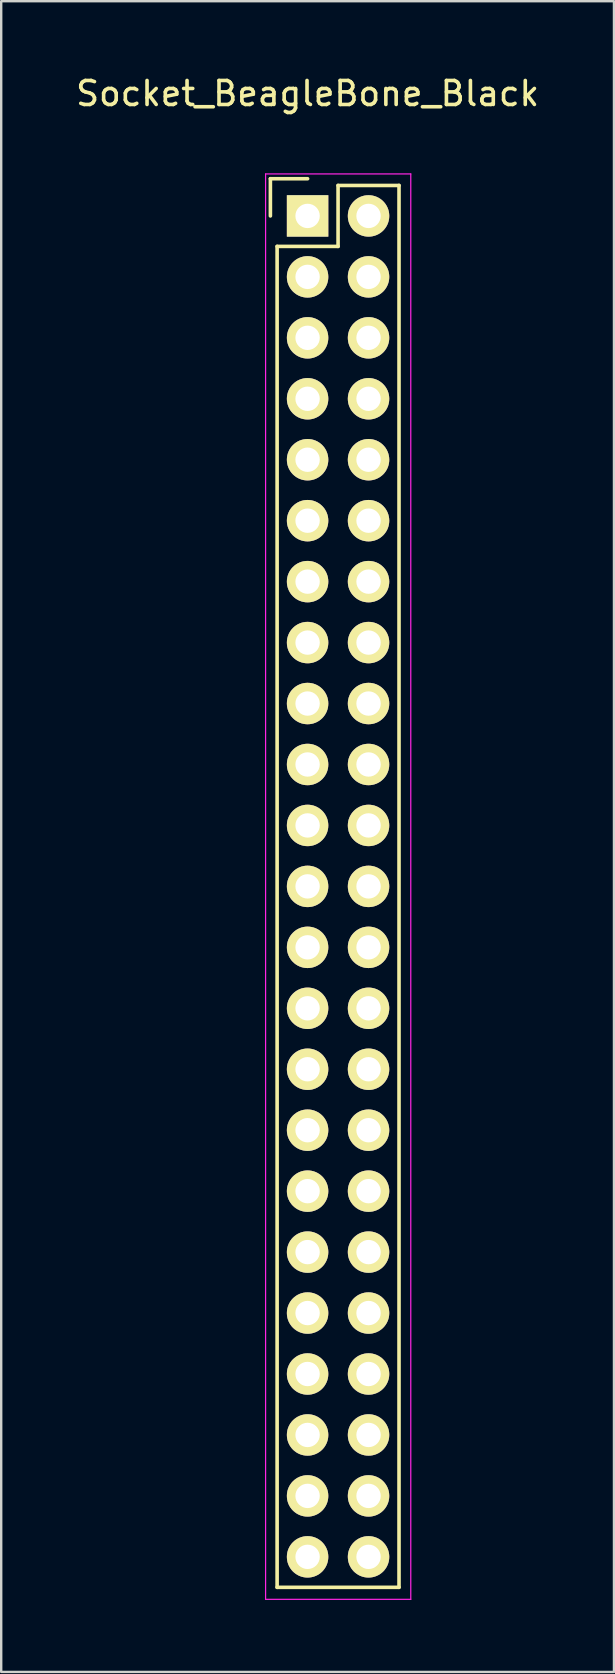
<source format=kicad_pcb>
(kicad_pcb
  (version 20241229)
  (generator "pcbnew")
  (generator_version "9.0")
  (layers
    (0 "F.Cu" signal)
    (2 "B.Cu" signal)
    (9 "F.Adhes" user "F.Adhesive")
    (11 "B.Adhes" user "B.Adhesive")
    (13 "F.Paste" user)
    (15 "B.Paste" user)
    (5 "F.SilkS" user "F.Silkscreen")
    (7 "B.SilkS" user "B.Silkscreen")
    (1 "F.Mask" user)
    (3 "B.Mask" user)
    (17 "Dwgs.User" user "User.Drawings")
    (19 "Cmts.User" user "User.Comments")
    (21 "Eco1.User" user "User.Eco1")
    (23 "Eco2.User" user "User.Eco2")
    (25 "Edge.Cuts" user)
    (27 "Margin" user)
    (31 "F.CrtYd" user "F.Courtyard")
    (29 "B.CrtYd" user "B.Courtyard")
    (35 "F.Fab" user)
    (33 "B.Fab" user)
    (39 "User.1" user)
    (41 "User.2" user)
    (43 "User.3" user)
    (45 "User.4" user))
  (footprint "Socket_BeagleBone_Black"
    (layer "F.Cu")
    (at 9.768 5.948)
    (property "Reference" "Socket_BeagleBone_Black" (at 0 -5.1 0) (layer "F.SilkS") (effects (font (size 1 1) (thickness 0.15))))
    (attr through_hole)
    (fp_line (start -1.55 -1.55) (end -1.55 0) (stroke (width 0.15) (type solid)) (layer "F.SilkS"))
    (fp_line (start -1.27 57.15) (end -1.27 1.27) (stroke (width 0.15) (type solid)) (layer "F.SilkS"))
    (fp_line (start 0 -1.55) (end -1.55 -1.55) (stroke (width 0.15) (type solid)) (layer "F.SilkS"))
    (fp_line (start 1.27 -1.27) (end 1.27 1.27) (stroke (width 0.15) (type solid)) (layer "F.SilkS"))
    (fp_line (start 1.27 1.27) (end -1.27 1.27) (stroke (width 0.15) (type solid)) (layer "F.SilkS"))
    (fp_line (start 3.81 -1.27) (end 1.27 -1.27) (stroke (width 0.15) (type solid)) (layer "F.SilkS"))
    (fp_line (start 3.81 57.15) (end -1.27 57.15) (stroke (width 0.15) (type solid)) (layer "F.SilkS"))
    (fp_line (start 3.81 57.15) (end 3.81 -1.27) (stroke (width 0.15) (type solid)) (layer "F.SilkS"))
    (fp_line (start -1.75 -1.75) (end -1.75 57.65) (stroke (width 0.05) (type solid)) (layer "F.CrtYd"))
    (fp_line (start -1.75 -1.75) (end 4.3 -1.75) (stroke (width 0.05) (type solid)) (layer "F.CrtYd"))
    (fp_line (start -1.75 57.65) (end 4.3 57.65) (stroke (width 0.05) (type solid)) (layer "F.CrtYd"))
    (fp_line (start 4.3 -1.75) (end 4.3 57.65) (stroke (width 0.05) (type solid)) (layer "F.CrtYd"))
    (pad "1" thru_hole rect (at 0 0) (size 1.727 1.727) (drill 1.016) (layers "*.Cu" "*.Mask" "F.SilkS"))
    (pad "2" thru_hole oval (at 2.54 0) (size 1.727 1.727) (drill 1.016) (layers "*.Cu" "*.Mask" "F.SilkS"))
    (pad "3" thru_hole oval (at 0 2.54) (size 1.727 1.727) (drill 1.016) (layers "*.Cu" "*.Mask" "F.SilkS"))
    (pad "4" thru_hole oval (at 2.54 2.54) (size 1.727 1.727) (drill 1.016) (layers "*.Cu" "*.Mask" "F.SilkS"))
    (pad "5" thru_hole oval (at 0 5.08) (size 1.727 1.727) (drill 1.016) (layers "*.Cu" "*.Mask" "F.SilkS"))
    (pad "6" thru_hole oval (at 2.54 5.08) (size 1.727 1.727) (drill 1.016) (layers "*.Cu" "*.Mask" "F.SilkS"))
    (pad "7" thru_hole oval (at 0 7.62) (size 1.727 1.727) (drill 1.016) (layers "*.Cu" "*.Mask" "F.SilkS"))
    (pad "8" thru_hole oval (at 2.54 7.62) (size 1.727 1.727) (drill 1.016) (layers "*.Cu" "*.Mask" "F.SilkS"))
    (pad "9" thru_hole oval (at 0 10.16) (size 1.727 1.727) (drill 1.016) (layers "*.Cu" "*.Mask" "F.SilkS"))
    (pad "10" thru_hole oval (at 2.54 10.16) (size 1.727 1.727) (drill 1.016) (layers "*.Cu" "*.Mask" "F.SilkS"))
    (pad "11" thru_hole oval (at 0 12.7) (size 1.727 1.727) (drill 1.016) (layers "*.Cu" "*.Mask" "F.SilkS"))
    (pad "12" thru_hole oval (at 2.54 12.7) (size 1.727 1.727) (drill 1.016) (layers "*.Cu" "*.Mask" "F.SilkS"))
    (pad "13" thru_hole oval (at 0 15.24) (size 1.727 1.727) (drill 1.016) (layers "*.Cu" "*.Mask" "F.SilkS"))
    (pad "14" thru_hole oval (at 2.54 15.24) (size 1.727 1.727) (drill 1.016) (layers "*.Cu" "*.Mask" "F.SilkS"))
    (pad "15" thru_hole oval (at 0 17.78) (size 1.727 1.727) (drill 1.016) (layers "*.Cu" "*.Mask" "F.SilkS"))
    (pad "16" thru_hole oval (at 2.54 17.78) (size 1.727 1.727) (drill 1.016) (layers "*.Cu" "*.Mask" "F.SilkS"))
    (pad "17" thru_hole oval (at 0 20.32) (size 1.727 1.727) (drill 1.016) (layers "*.Cu" "*.Mask" "F.SilkS"))
    (pad "18" thru_hole oval (at 2.54 20.32) (size 1.727 1.727) (drill 1.016) (layers "*.Cu" "*.Mask" "F.SilkS"))
    (pad "19" thru_hole oval (at 0 22.86) (size 1.727 1.727) (drill 1.016) (layers "*.Cu" "*.Mask" "F.SilkS"))
    (pad "20" thru_hole oval (at 2.54 22.86) (size 1.727 1.727) (drill 1.016) (layers "*.Cu" "*.Mask" "F.SilkS"))
    (pad "21" thru_hole oval (at 0 25.4) (size 1.727 1.727) (drill 1.016) (layers "*.Cu" "*.Mask" "F.SilkS"))
    (pad "22" thru_hole oval (at 2.54 25.4) (size 1.727 1.727) (drill 1.016) (layers "*.Cu" "*.Mask" "F.SilkS"))
    (pad "23" thru_hole oval (at 0 27.94) (size 1.727 1.727) (drill 1.016) (layers "*.Cu" "*.Mask" "F.SilkS"))
    (pad "24" thru_hole oval (at 2.54 27.94) (size 1.727 1.727) (drill 1.016) (layers "*.Cu" "*.Mask" "F.SilkS"))
    (pad "25" thru_hole oval (at 0 30.48) (size 1.727 1.727) (drill 1.016) (layers "*.Cu" "*.Mask" "F.SilkS"))
    (pad "26" thru_hole oval (at 2.54 30.48) (size 1.727 1.727) (drill 1.016) (layers "*.Cu" "*.Mask" "F.SilkS"))
    (pad "27" thru_hole oval (at 0 33.02) (size 1.727 1.727) (drill 1.016) (layers "*.Cu" "*.Mask" "F.SilkS"))
    (pad "28" thru_hole oval (at 2.54 33.02) (size 1.727 1.727) (drill 1.016) (layers "*.Cu" "*.Mask" "F.SilkS"))
    (pad "29" thru_hole oval (at 0 35.56) (size 1.727 1.727) (drill 1.016) (layers "*.Cu" "*.Mask" "F.SilkS"))
    (pad "30" thru_hole oval (at 2.54 35.56) (size 1.727 1.727) (drill 1.016) (layers "*.Cu" "*.Mask" "F.SilkS"))
    (pad "31" thru_hole oval (at 0 38.1) (size 1.727 1.727) (drill 1.016) (layers "*.Cu" "*.Mask" "F.SilkS"))
    (pad "32" thru_hole oval (at 2.54 38.1) (size 1.727 1.727) (drill 1.016) (layers "*.Cu" "*.Mask" "F.SilkS"))
    (pad "33" thru_hole oval (at 0 40.64) (size 1.727 1.727) (drill 1.016) (layers "*.Cu" "*.Mask" "F.SilkS"))
    (pad "34" thru_hole oval (at 2.54 40.64) (size 1.727 1.727) (drill 1.016) (layers "*.Cu" "*.Mask" "F.SilkS"))
    (pad "35" thru_hole oval (at 0 43.18) (size 1.727 1.727) (drill 1.016) (layers "*.Cu" "*.Mask" "F.SilkS"))
    (pad "36" thru_hole oval (at 2.54 43.18) (size 1.727 1.727) (drill 1.016) (layers "*.Cu" "*.Mask" "F.SilkS"))
    (pad "37" thru_hole oval (at 0 45.72) (size 1.727 1.727) (drill 1.016) (layers "*.Cu" "*.Mask" "F.SilkS"))
    (pad "38" thru_hole oval (at 2.54 45.72) (size 1.727 1.727) (drill 1.016) (layers "*.Cu" "*.Mask" "F.SilkS"))
    (pad "39" thru_hole oval (at 0 48.26) (size 1.727 1.727) (drill 1.016) (layers "*.Cu" "*.Mask" "F.SilkS"))
    (pad "40" thru_hole oval (at 2.54 48.26) (size 1.727 1.727) (drill 1.016) (layers "*.Cu" "*.Mask" "F.SilkS"))
    (pad "41" thru_hole oval (at 0 50.8) (size 1.727 1.727) (drill 1.016) (layers "*.Cu" "*.Mask" "F.SilkS"))
    (pad "42" thru_hole oval (at 2.54 50.8) (size 1.727 1.727) (drill 1.016) (layers "*.Cu" "*.Mask" "F.SilkS"))
    (pad "43" thru_hole oval (at 0 53.34) (size 1.727 1.727) (drill 1.016) (layers "*.Cu" "*.Mask" "F.SilkS"))
    (pad "44" thru_hole oval (at 2.54 53.34) (size 1.727 1.727) (drill 1.016) (layers "*.Cu" "*.Mask" "F.SilkS"))
    (pad "45" thru_hole oval (at 0 55.88) (size 1.727 1.727) (drill 1.016) (layers "*.Cu" "*.Mask" "F.SilkS"))
    (pad "46" thru_hole oval (at 2.54 55.88) (size 1.727 1.727) (drill 1.016) (layers "*.Cu" "*.Mask" "F.SilkS")))
  (gr_rect
    (start -3 -3)
    (end 22.536 66.623)
    (stroke (width 0.1) (type default))
    (fill no)
    (layer "Edge.Cuts")))
</source>
